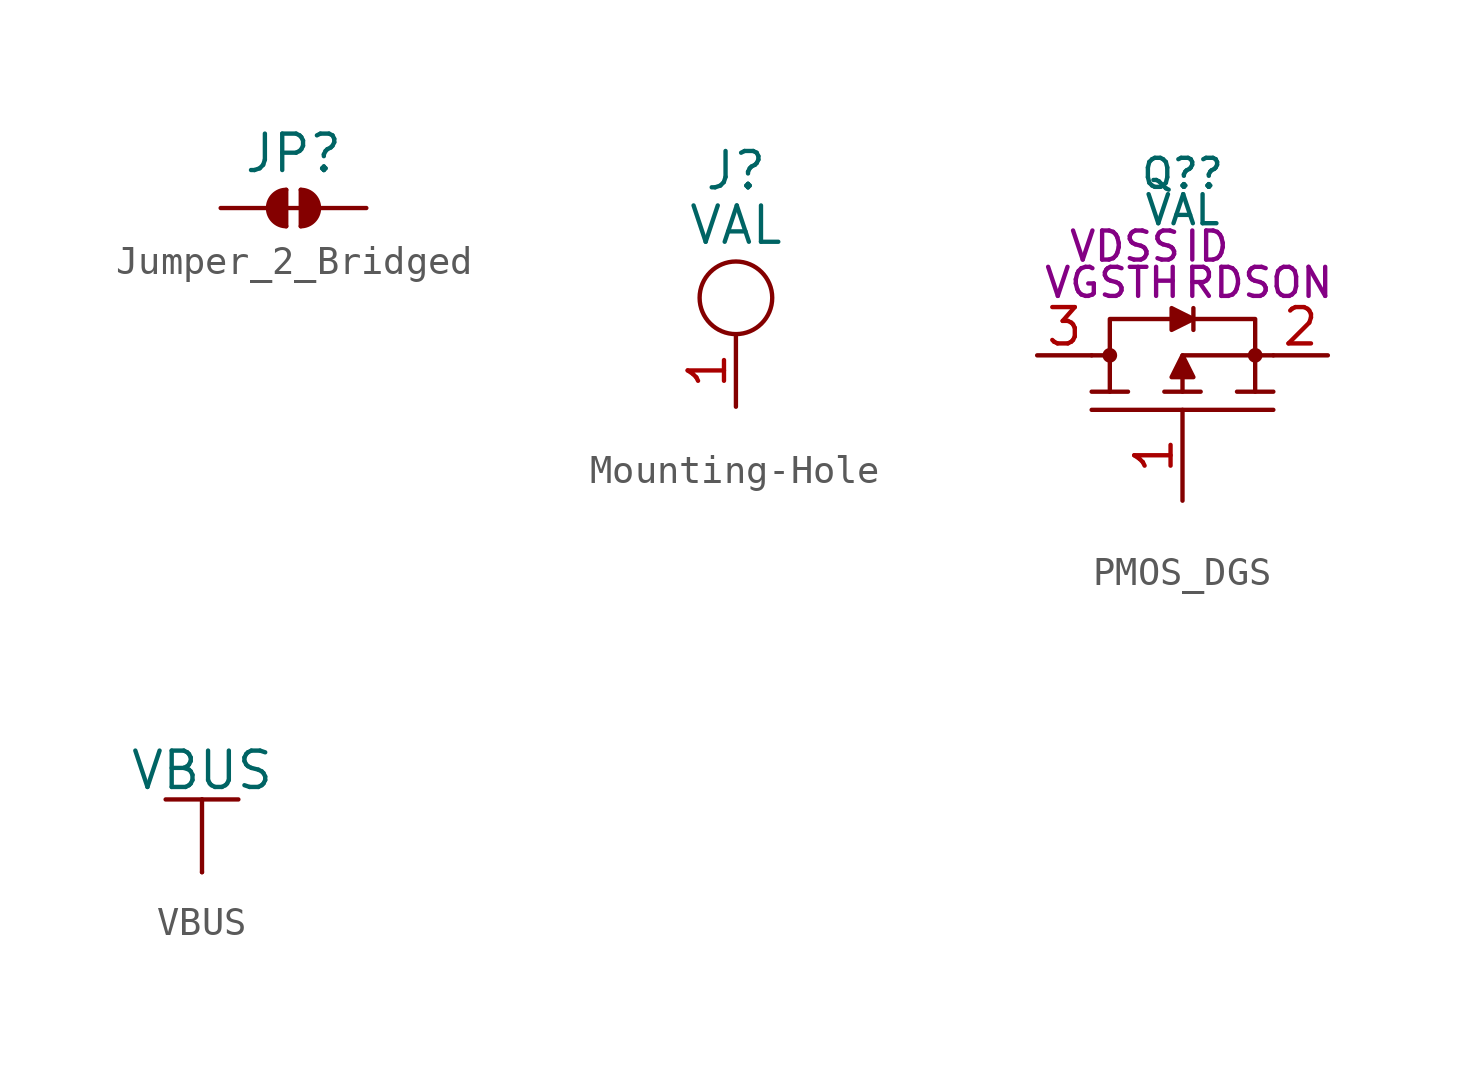
<source format=kicad_sym>
(kicad_symbol_lib
  (version 20231120)
  (generator "kicad_symbol_editor")
  (generator_version "8.0")
  (symbol "Jumper_2_Bridged"
    (pin_numbers hide)
    (pin_names hide)
    (property "Reference" "JP"
      (at 0 1.905 0)
      (do_not_autoplace)
      (effects (font (size 1.27 1.27))))
    (property "Value" ""
      (at 0 0 0)
      (effects (font (size 1.27 1.27))))
    (symbol "Jumper_2_Bridged_0_1"
      (polyline (pts (xy -0.254 0.635) (xy -0.254 -0.635)) (stroke (width 0) (type default)) (fill (type none)))
      (polyline (pts (xy 0.254 -0.635) (xy 0.254 0.635)) (stroke (width 0) (type default)) (fill (type none))))
    (symbol "Jumper_2_Bridged_1_1"
      (arc (start -0.254 0.635) (mid -0.889 0) (end -0.254 -0.635) (stroke (width 0) (type default)) (fill (type outline)))
      (polyline (pts (xy -0.254 0) (xy 0.254 0)) (stroke (width 0) (type default)) (fill (type none)))
      (arc (start 0.254 -0.635) (mid 0.889 0) (end 0.254 0.635) (stroke (width 0) (type default)) (fill (type outline)))
      (pin passive line (at -2.54 0 0) (length 1.651) (name "" (effects (font (size 1.27 1.27)))) (number "1" (effects (font (size 1.27 1.27)))))
      (pin passive line (at 2.54 0 180) (length 1.651) (name "" (effects (font (size 1.27 1.27)))) (number "2" (effects (font (size 1.27 1.27)))))))
  (symbol "Mounting-Hole"
    (property "Reference" "J"
      (at 0 4.445 0)
      (do_not_autoplace)
      (effects (font (size 1.27 1.27))))
    (property "Value" "VAL"
      (at 0 2.54 0)
      (do_not_autoplace)
      (effects (font (size 1.27 1.27))))
    (symbol "Mounting-Hole_0_1"
      (circle (center 0 0) (radius 1.27) (stroke (width 0) (type default)) (fill (type none))))
    (symbol "Mounting-Hole_1_1"
      (pin input line (at 0 -3.81 90) (length 2.54) (name "" (effects (font (size 1.27 1.27)))) (number "1" (effects (font (size 1.27 1.27)))))))
  (symbol "PMOS_DGS"
    (property "Reference" "Q?"
      (at 0 6.35 0)
      (do_not_autoplace)
      (effects (font (size 1.016 1.016))))
    (property "Value" "VAL"
      (at 0 5.08 0)
      (do_not_autoplace)
      (effects (font (size 1.016 1.016))))
    (property "VDSS" "VDSS"
      (at 0 3.81 0)
      (do_not_autoplace)
      (effects (font (size 1.016 1.016)) (justify right)))
    (property "VGSTH" "VGSTH"
      (at 0 2.54 0)
      (do_not_autoplace)
      (effects (font (size 1.016 1.016)) (justify right)))
    (property "ID" "ID"
      (at 0 3.81 0)
      (do_not_autoplace)
      (effects (font (size 1.016 1.016)) (justify left)))
    (property "RDSON" "RDSON"
      (at 0 2.54 0)
      (do_not_autoplace)
      (effects (font (size 1.016 1.016)) (justify left)))
    (symbol "PMOS_DGS_0_1"
      (polyline (pts (xy -3.175 -1.27) (xy -1.905 -1.27)) (stroke (width 0) (type default)) (fill (type none)))
      (polyline (pts (xy -0.635 -1.27) (xy 0.635 -1.27)) (stroke (width 0) (type default)) (fill (type none)))
      (polyline (pts (xy 0 -0.635) (xy 0 -1.27)) (stroke (width 0) (type default)) (fill (type none)))
      (polyline (pts (xy 1.905 -1.27) (xy 3.175 -1.27)) (stroke (width 0) (type default)) (fill (type none)))
      (polyline (pts (xy -2.54 -1.27) (xy -2.54 0) (xy -3.175 0)) (stroke (width 0) (type default)) (fill (type none)))
      (polyline (pts (xy 2.54 -1.27) (xy 2.54 0) (xy 3.175 0)) (stroke (width 0) (type default)) (fill (type none))))
    (symbol "PMOS_DGS_1_0"
      (pin passive line (at 0 -5.08 90) (length 3.175) (name "" (effects (font (size 1.27 1.27)))) (number "1" (effects (font (size 1.27 1.27)))))
      (pin passive line (at 5.08 0 180) (length 1.905) (name "" (effects (font (size 1.27 1.27)))) (number "2" (effects (font (size 1.27 1.27)))))
      (pin passive line (at -5.08 0 0) (length 1.905) (name "" (effects (font (size 1.27 1.27)))) (number "3" (effects (font (size 1.27 1.27))))))
    (symbol "PMOS_DGS_1_1"
      (circle (center -2.54 0) (radius 0.18) (stroke (width 0) (type default)) (fill (type outline)))
      (polyline (pts (xy -3.175 -1.905) (xy 3.175 -1.905)) (stroke (width 0) (type default)) (fill (type none)))
      (polyline (pts (xy 0 0) (xy 2.54 0)) (stroke (width 0) (type default)) (fill (type none)))
      (polyline (pts (xy 0.381 1.651) (xy 0.381 0.889)) (stroke (width 0) (type default)) (fill (type none)))
      (polyline (pts (xy -2.54 0) (xy -2.54 1.27) (xy -0.381 1.27)) (stroke (width 0) (type default)) (fill (type none)))
      (polyline (pts (xy 0.381 1.27) (xy 2.54 1.27) (xy 2.54 0)) (stroke (width 0) (type default)) (fill (type none)))
      (polyline (pts (xy 0 0) (xy -0.381 -0.762) (xy 0.381 -0.762) (xy 0 0)) (stroke (width 0) (type default)) (fill (type outline)))
      (polyline (pts (xy 0.381 1.27) (xy -0.381 1.651) (xy -0.381 0.889) (xy 0.381 1.27)) (stroke (width 0) (type default)) (fill (type outline)))
      (circle (center 2.54 0) (radius 0.18) (stroke (width 0) (type default)) (fill (type outline)))))
  (symbol "VBUS"
    (power)
    (pin_numbers hide)
    (pin_names
      (offset 0) hide)
    (property "Reference" "#PWR"
      (at 0 0 0)
      (effects (font (size 1.27 1.27)) (hide yes)))
    (property "Value" "VBUS"
      (at 0 3.556 0)
      (do_not_autoplace)
      (effects (font (size 1.27 1.27))))
    (symbol "VBUS_0_1"
      (polyline (pts (xy -1.27 2.54) (xy 0 2.54)) (stroke (width 0) (type default)) (fill (type none)))
      (polyline (pts (xy 0 0) (xy 0 2.54)) (stroke (width 0) (type default)) (fill (type none)))
      (polyline (pts (xy 0 2.54) (xy 1.27 2.54)) (stroke (width 0) (type default)) (fill (type none))))
    (symbol "VBUS_1_1"
      (pin power_in line (at 0 0 90) (length 0) (name "~" (effects (font (size 1.27 1.27)))) (number "1" (effects (font (size 1.27 1.27))))))))
</source>
